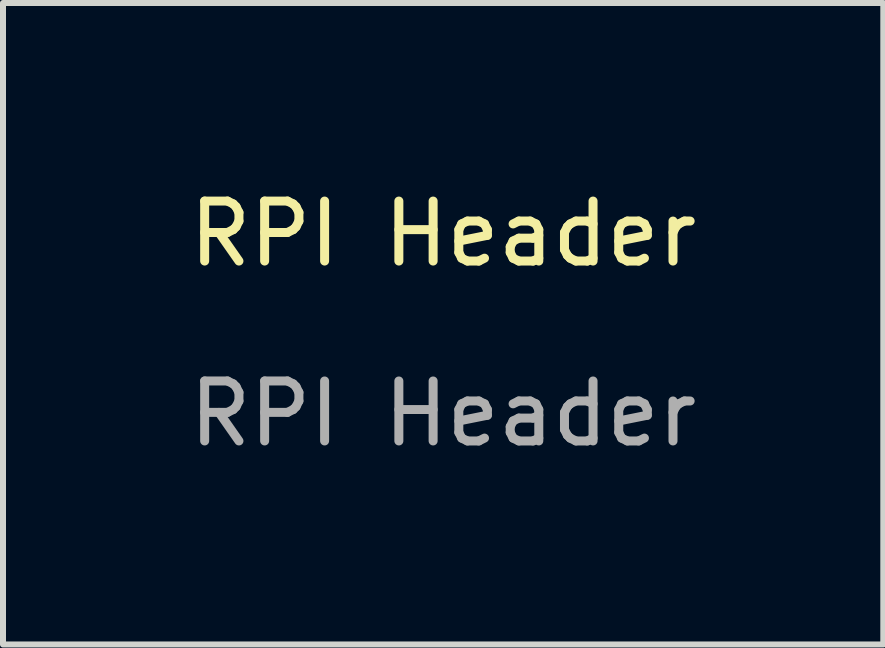
<source format=kicad_pcb>
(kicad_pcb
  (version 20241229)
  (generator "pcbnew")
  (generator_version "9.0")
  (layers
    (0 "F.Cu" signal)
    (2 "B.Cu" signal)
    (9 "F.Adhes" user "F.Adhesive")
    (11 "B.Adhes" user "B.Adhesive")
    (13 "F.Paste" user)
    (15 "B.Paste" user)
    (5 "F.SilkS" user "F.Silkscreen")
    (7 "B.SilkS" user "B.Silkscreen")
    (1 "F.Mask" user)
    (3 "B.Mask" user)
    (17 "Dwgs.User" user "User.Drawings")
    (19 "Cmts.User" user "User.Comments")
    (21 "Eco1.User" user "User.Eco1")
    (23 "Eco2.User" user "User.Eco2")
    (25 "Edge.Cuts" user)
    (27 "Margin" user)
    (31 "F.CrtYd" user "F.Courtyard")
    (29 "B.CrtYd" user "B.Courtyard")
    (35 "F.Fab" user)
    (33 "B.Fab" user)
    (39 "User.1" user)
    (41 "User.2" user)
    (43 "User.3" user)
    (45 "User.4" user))
  (footprint "RPI Header"
    (layer "F.Cu")
    (at 4.339 1.348)
    (property "Reference" "RPI Header" (at 0 -0.5 0) (unlocked yes) (layer "F.SilkS") (effects (font (size 1 1) (thickness 0.15))))
    (attr through_hole)
    (fp_text user "${REFERENCE}" (at 0 2.5 0) (unlocked yes) (layer "F.Fab") (effects (font (size 1 1) (thickness 0.15)))))
  (gr_rect
    (start -3 -3)
    (end 11.679 7.697)
    (stroke (width 0.1) (type default))
    (fill no)
    (layer "Edge.Cuts")))
</source>
